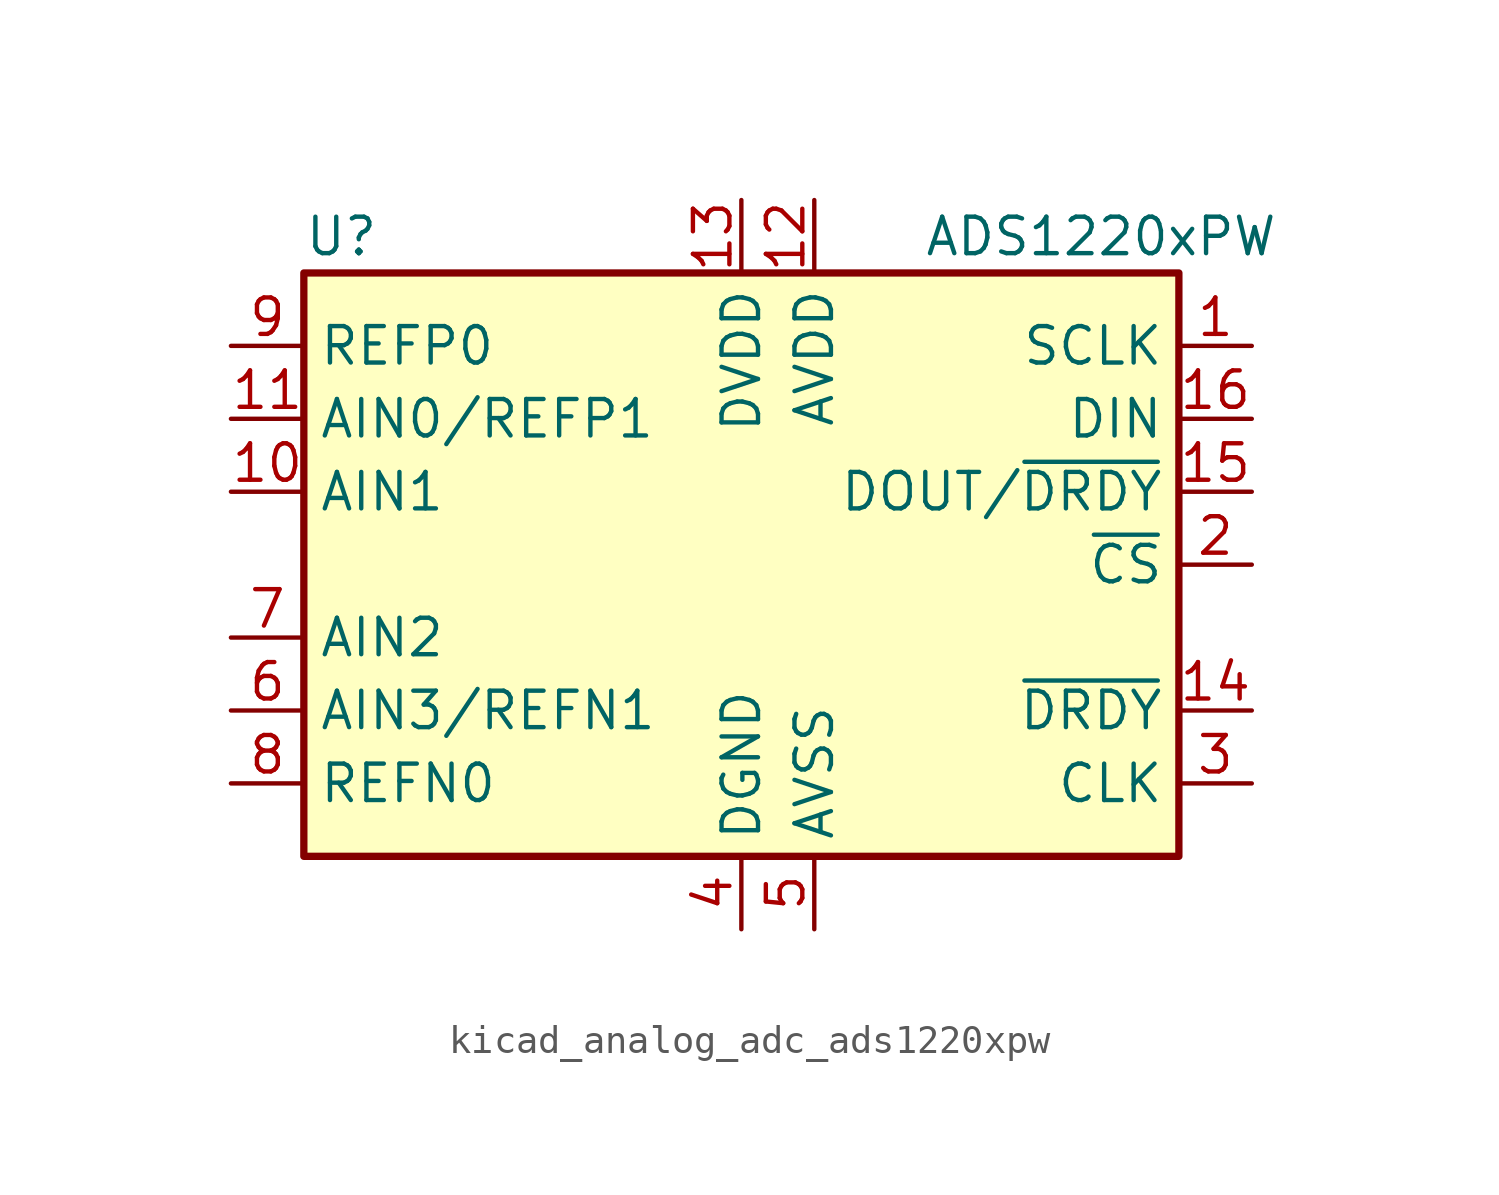
<source format=kicad_sym>
(kicad_symbol_lib
  (version 20220914)
  (generator kicad_symbol_editor)
  (symbol "kicad_analog_adc_ads1220xpw"
    (property "Reference" "U"
      (at -15.24 11.43 0)
      (effects (font (size 1.27 1.27)) (justify left)))
    (property "Value" "ADS1220xPW"
      (at 6.35 11.43 0)
      (effects (font (size 1.27 1.27)) (justify left)))
    (symbol "kicad_analog_adc_ads1220xpw_0_1"
      (rectangle (start -15.24 10.16) (end 15.24 -10.16) (stroke (width 0.254) (type default)) (fill (type background))))
    (symbol "kicad_analog_adc_ads1220xpw_1_1"
      (pin input line (at 17.78 7.62 180) (length 2.54) (name "SCLK" (effects (font (size 1.27 1.27)))) (number "1" (effects (font (size 1.27 1.27)))))
      (pin input line (at -17.78 2.54 0) (length 2.54) (name "AIN1" (effects (font (size 1.27 1.27)))) (number "10" (effects (font (size 1.27 1.27)))))
      (pin input line (at -17.78 5.08 0) (length 2.54) (name "AIN0/REFP1" (effects (font (size 1.27 1.27)))) (number "11" (effects (font (size 1.27 1.27)))))
      (pin power_in line (at 2.54 12.7 270) (length 2.54) (name "AVDD" (effects (font (size 1.27 1.27)))) (number "12" (effects (font (size 1.27 1.27)))))
      (pin power_in line (at 0 12.7 270) (length 2.54) (name "DVDD" (effects (font (size 1.27 1.27)))) (number "13" (effects (font (size 1.27 1.27)))))
      (pin output line (at 17.78 -5.08 180) (length 2.54) (name "~{DRDY}" (effects (font (size 1.27 1.27)))) (number "14" (effects (font (size 1.27 1.27)))))
      (pin output line (at 17.78 2.54 180) (length 2.54) (name "DOUT/~{DRDY}" (effects (font (size 1.27 1.27)))) (number "15" (effects (font (size 1.27 1.27)))))
      (pin input line (at 17.78 5.08 180) (length 2.54) (name "DIN" (effects (font (size 1.27 1.27)))) (number "16" (effects (font (size 1.27 1.27)))))
      (pin input line (at 17.78 0 180) (length 2.54) (name "~{CS}" (effects (font (size 1.27 1.27)))) (number "2" (effects (font (size 1.27 1.27)))))
      (pin input line (at 17.78 -7.62 180) (length 2.54) (name "CLK" (effects (font (size 1.27 1.27)))) (number "3" (effects (font (size 1.27 1.27)))))
      (pin power_in line (at 0 -12.7 90) (length 2.54) (name "DGND" (effects (font (size 1.27 1.27)))) (number "4" (effects (font (size 1.27 1.27)))))
      (pin power_in line (at 2.54 -12.7 90) (length 2.54) (name "AVSS" (effects (font (size 1.27 1.27)))) (number "5" (effects (font (size 1.27 1.27)))))
      (pin input line (at -17.78 -5.08 0) (length 2.54) (name "AIN3/REFN1" (effects (font (size 1.27 1.27)))) (number "6" (effects (font (size 1.27 1.27)))))
      (pin input line (at -17.78 -2.54 0) (length 2.54) (name "AIN2" (effects (font (size 1.27 1.27)))) (number "7" (effects (font (size 1.27 1.27)))))
      (pin input line (at -17.78 -7.62 0) (length 2.54) (name "REFN0" (effects (font (size 1.27 1.27)))) (number "8" (effects (font (size 1.27 1.27)))))
      (pin input line (at -17.78 7.62 0) (length 2.54) (name "REFP0" (effects (font (size 1.27 1.27)))) (number "9" (effects (font (size 1.27 1.27))))))))
</source>
